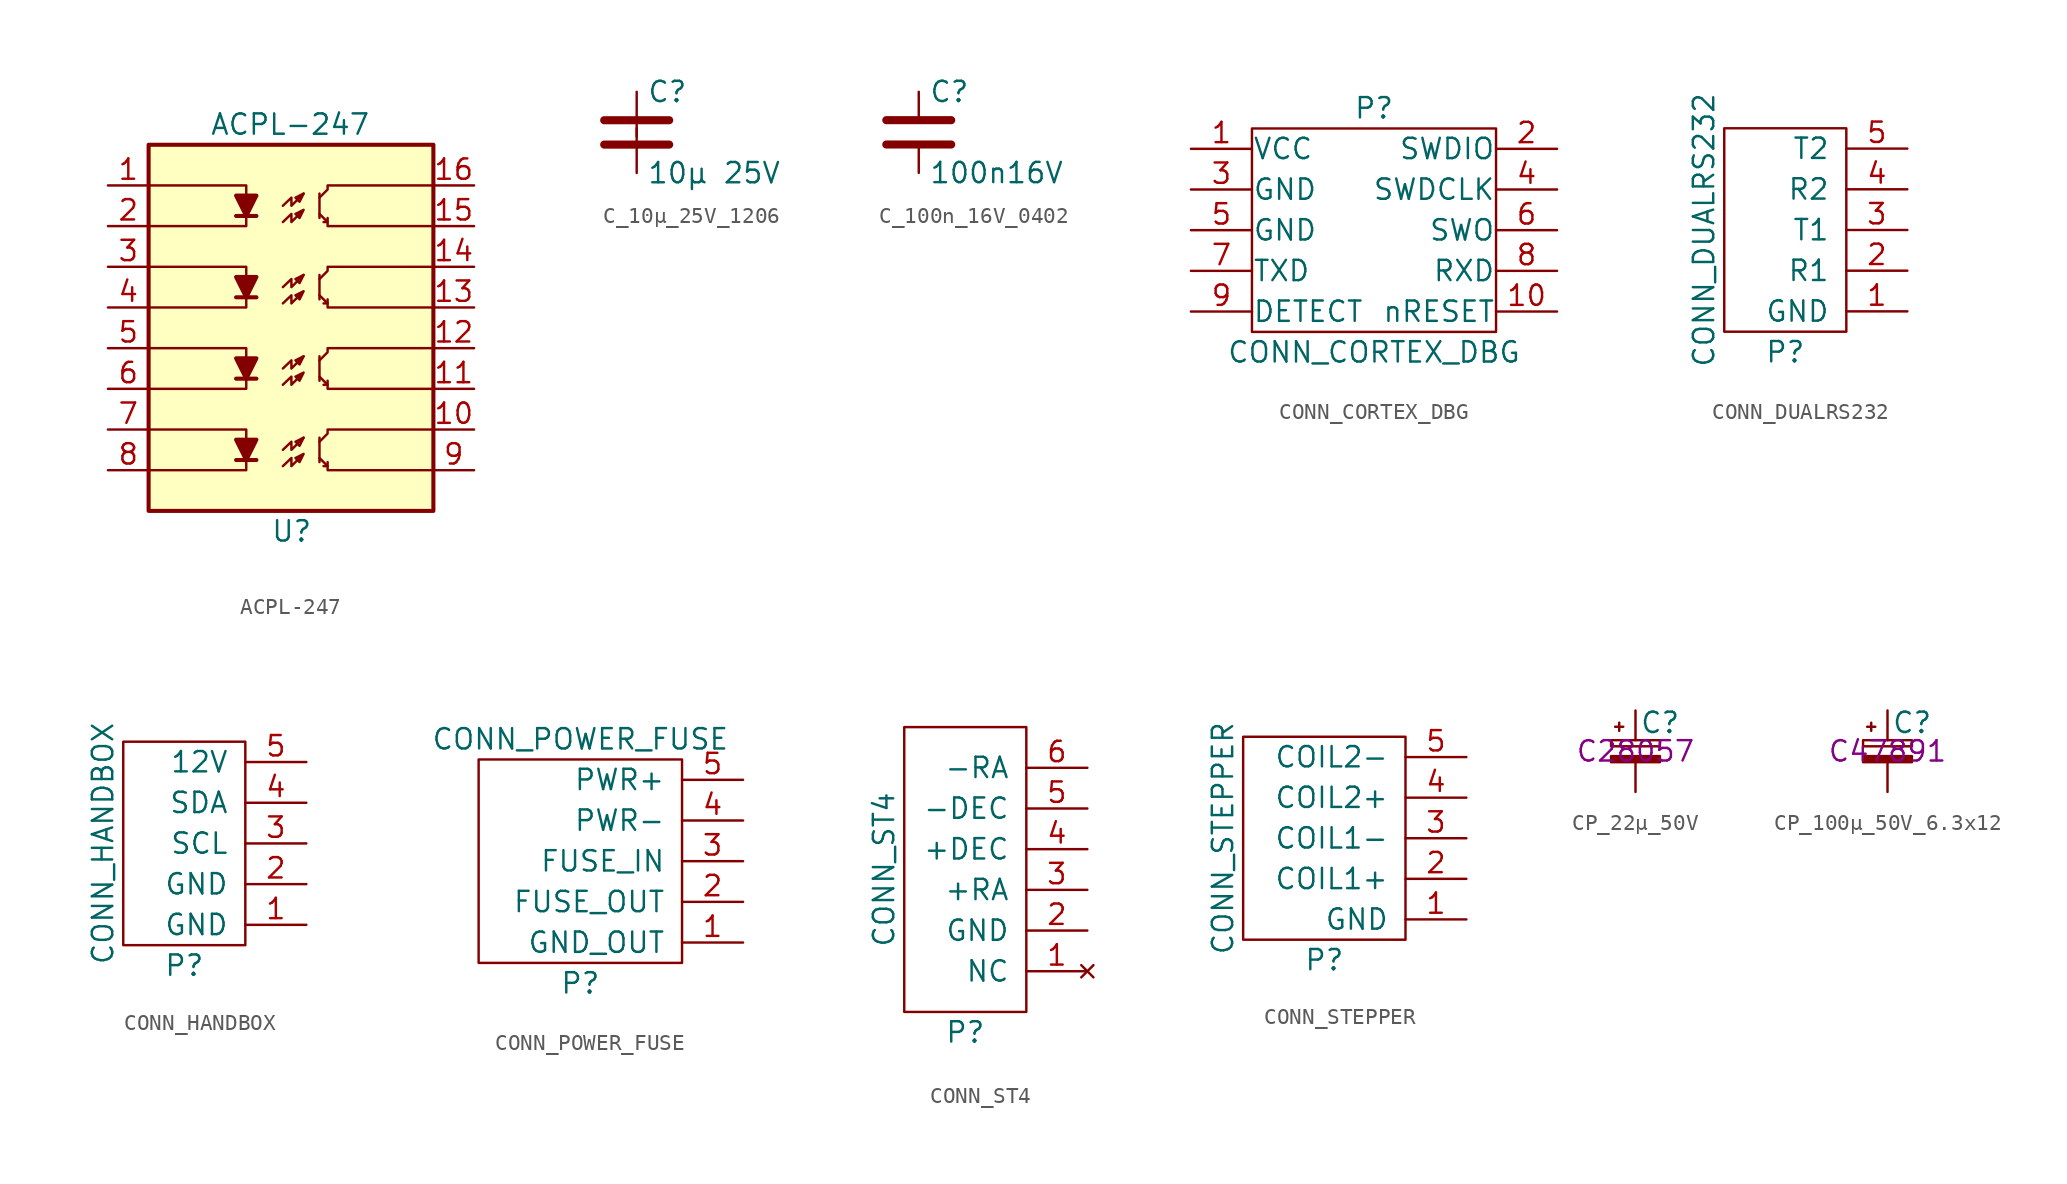
<source format=kicad_sym>
(kicad_symbol_lib
  (version 20231120)
  (generator "kicad_symbol_editor")
  (generator_version "8.0")
  (symbol "ACPL-247"
    (pin_names
      (offset 1.016))
    (property "Reference" "U"
      (at -1.27 -12.7 0)
      (effects (font (size 1.27 1.27)) (justify left)))
    (property "Value" "ACPL-247"
      (at -5.08 12.7 0)
      (effects (font (size 1.27 1.27)) (justify left)))
    (property "Datasheet" ""
      (at 0 -2.794 0)
      (effects (font (size 1.27 1.27)) (justify left)))
    (symbol "ACPL-247_0_1"
      (rectangle (start -8.89 11.43) (end 8.89 -11.43) (stroke (width 0.254) (type solid)) (fill (type background)))
      (polyline (pts (xy -3.429 -8.255) (xy -2.159 -8.255)) (stroke (width 0.254) (type solid)) (fill (type none)))
      (polyline (pts (xy -3.429 -3.175) (xy -2.159 -3.175)) (stroke (width 0.254) (type solid)) (fill (type none)))
      (polyline (pts (xy -3.429 1.905) (xy -2.159 1.905)) (stroke (width 0.254) (type solid)) (fill (type none)))
      (polyline (pts (xy -3.429 6.985) (xy -2.159 6.985)) (stroke (width 0.254) (type solid)) (fill (type none)))
      (polyline (pts (xy 1.778 -6.858) (xy 1.778 -8.382)) (stroke (width 0) (type solid)) (fill (type none)))
      (polyline (pts (xy 1.778 -1.778) (xy 1.778 -3.302)) (stroke (width 0) (type solid)) (fill (type none)))
      (polyline (pts (xy 1.778 3.302) (xy 1.778 1.778)) (stroke (width 0) (type solid)) (fill (type none)))
      (polyline (pts (xy 1.778 6.858) (xy 1.778 8.382)) (stroke (width 0) (type solid)) (fill (type none)))
      (polyline (pts (xy 2.286 -8.382) (xy 2.286 -8.636) (xy 2.032 -8.636)) (stroke (width 0) (type solid)) (fill (type none)))
      (polyline (pts (xy 2.286 -3.302) (xy 2.286 -3.556) (xy 2.032 -3.556)) (stroke (width 0) (type solid)) (fill (type none)))
      (polyline (pts (xy 2.286 1.778) (xy 2.286 1.524) (xy 2.032 1.524)) (stroke (width 0) (type solid)) (fill (type none)))
      (polyline (pts (xy 2.286 6.858) (xy 2.286 6.604) (xy 2.032 6.604)) (stroke (width 0) (type solid)) (fill (type none)))
      (polyline (pts (xy -8.89 -6.35) (xy -2.794 -6.35) (xy -2.794 -8.89) (xy -8.89 -8.89)) (stroke (width 0) (type solid)) (fill (type none)))
      (polyline (pts (xy -8.89 -1.27) (xy -2.794 -1.27) (xy -2.794 -3.81) (xy -8.89 -3.81)) (stroke (width 0) (type solid)) (fill (type none)))
      (polyline (pts (xy -8.89 3.81) (xy -2.794 3.81) (xy -2.794 1.27) (xy -8.89 1.27)) (stroke (width 0) (type solid)) (fill (type none)))
      (polyline (pts (xy -8.89 8.89) (xy -2.794 8.89) (xy -2.794 6.35) (xy -8.89 6.35)) (stroke (width 0) (type solid)) (fill (type none)))
      (polyline (pts (xy -2.794 -8.255) (xy -3.429 -6.985) (xy -2.159 -6.985) (xy -2.794 -8.255)) (stroke (width 0.254) (type solid)) (fill (type outline)))
      (polyline (pts (xy -2.794 -3.175) (xy -3.429 -1.905) (xy -2.159 -1.905) (xy -2.794 -3.175)) (stroke (width 0.254) (type solid)) (fill (type outline)))
      (polyline (pts (xy -2.794 1.905) (xy -3.429 3.175) (xy -2.159 3.175) (xy -2.794 1.905)) (stroke (width 0.254) (type solid)) (fill (type outline)))
      (polyline (pts (xy -2.794 6.985) (xy -3.429 8.255) (xy -2.159 8.255) (xy -2.794 6.985)) (stroke (width 0.254) (type solid)) (fill (type outline)))
      (polyline (pts (xy -0.508 -7.62) (xy 0.025 -7.112) (xy 0.025 -7.62) (xy 0.787 -6.858)) (stroke (width 0) (type solid)) (fill (type none)))
      (polyline (pts (xy -0.508 -2.54) (xy 0.025 -2.032) (xy 0.025 -2.54) (xy 0.787 -1.778)) (stroke (width 0) (type solid)) (fill (type none)))
      (polyline (pts (xy -0.508 2.54) (xy 0.025 3.048) (xy 0.025 2.54) (xy 0.787 3.302)) (stroke (width 0) (type solid)) (fill (type none)))
      (polyline (pts (xy -0.508 7.62) (xy 0.025 8.128) (xy 0.025 7.62) (xy 0.787 8.382)) (stroke (width 0) (type solid)) (fill (type none)))
      (polyline (pts (xy 0.787 -6.858) (xy 0.279 -7.112) (xy 0.533 -7.366) (xy 0.787 -6.858)) (stroke (width 0) (type solid)) (fill (type none)))
      (polyline (pts (xy 0.787 -1.778) (xy 0.279 -2.032) (xy 0.533 -2.286) (xy 0.787 -1.778)) (stroke (width 0) (type solid)) (fill (type none)))
      (polyline (pts (xy 0.787 3.302) (xy 0.279 3.048) (xy 0.533 2.794) (xy 0.787 3.302)) (stroke (width 0) (type solid)) (fill (type none)))
      (polyline (pts (xy 0.787 8.382) (xy 0.279 8.128) (xy 0.533 7.874) (xy 0.787 8.382)) (stroke (width 0) (type solid)) (fill (type none)))
      (polyline (pts (xy 1.778 2.032) (xy 2.286 1.524) (xy 2.286 1.27) (xy 8.89 1.27)) (stroke (width 0) (type solid)) (fill (type none)))
      (polyline (pts (xy 1.778 3.048) (xy 2.286 3.556) (xy 2.286 3.81) (xy 8.89 3.81)) (stroke (width 0) (type solid)) (fill (type none)))
      (polyline (pts (xy 8.89 -8.89) (xy 2.286 -8.89) (xy 2.286 -8.636) (xy 1.778 -8.128)) (stroke (width 0) (type solid)) (fill (type none)))
      (polyline (pts (xy 8.89 -6.35) (xy 2.286 -6.35) (xy 2.286 -6.604) (xy 1.778 -7.112)) (stroke (width 0) (type solid)) (fill (type none)))
      (polyline (pts (xy 8.89 -3.81) (xy 2.286 -3.81) (xy 2.286 -3.556) (xy 1.778 -3.048)) (stroke (width 0) (type solid)) (fill (type none)))
      (polyline (pts (xy 8.89 -1.27) (xy 2.286 -1.27) (xy 2.286 -1.524) (xy 1.778 -2.032)) (stroke (width 0) (type solid)) (fill (type none)))
      (polyline (pts (xy 8.89 6.35) (xy 2.286 6.35) (xy 2.286 6.604) (xy 1.778 7.112)) (stroke (width 0) (type solid)) (fill (type none)))
      (polyline (pts (xy 8.89 8.89) (xy 2.286 8.89) (xy 2.286 8.636) (xy 1.778 8.128)) (stroke (width 0) (type solid)) (fill (type none)))
      (polyline (pts (xy -0.508 -8.636) (xy 0.025 -8.128) (xy 0.025 -8.636) (xy 0.787 -7.874) (xy 0.279 -8.128) (xy 0.533 -8.382) (xy 0.787 -7.874)) (stroke (width 0) (type solid)) (fill (type none)))
      (polyline (pts (xy -0.508 -3.556) (xy 0.025 -3.048) (xy 0.025 -3.556) (xy 0.787 -2.794) (xy 0.279 -3.048) (xy 0.533 -3.302) (xy 0.787 -2.794)) (stroke (width 0) (type solid)) (fill (type none)))
      (polyline (pts (xy -0.508 1.524) (xy 0.025 2.032) (xy 0.025 1.524) (xy 0.787 2.286) (xy 0.279 2.032) (xy 0.533 1.778) (xy 0.787 2.286)) (stroke (width 0) (type solid)) (fill (type none)))
      (polyline (pts (xy -0.508 6.604) (xy 0.025 7.112) (xy 0.025 6.604) (xy 0.787 7.366) (xy 0.279 7.112) (xy 0.533 6.858) (xy 0.787 7.366)) (stroke (width 0) (type solid)) (fill (type none))))
    (symbol "ACPL-247_1_1"
      (pin passive line (at -11.43 8.89 0) (length 2.54) (name "~" (effects (font (size 1.27 1.27)))) (number "1" (effects (font (size 1.27 1.27)))))
      (pin passive line (at 11.43 -6.35 180) (length 2.54) (name "~" (effects (font (size 1.27 1.27)))) (number "10" (effects (font (size 1.27 1.27)))))
      (pin passive line (at 11.43 -3.81 180) (length 2.54) (name "~" (effects (font (size 1.27 1.27)))) (number "11" (effects (font (size 1.27 1.27)))))
      (pin passive line (at 11.43 -1.27 180) (length 2.54) (name "~" (effects (font (size 1.27 1.27)))) (number "12" (effects (font (size 1.27 1.27)))))
      (pin passive line (at 11.43 1.27 180) (length 2.54) (name "~" (effects (font (size 1.27 1.27)))) (number "13" (effects (font (size 1.27 1.27)))))
      (pin passive line (at 11.43 3.81 180) (length 2.54) (name "~" (effects (font (size 1.27 1.27)))) (number "14" (effects (font (size 1.27 1.27)))))
      (pin passive line (at 11.43 6.35 180) (length 2.54) (name "~" (effects (font (size 1.27 1.27)))) (number "15" (effects (font (size 1.27 1.27)))))
      (pin passive line (at 11.43 8.89 180) (length 2.54) (name "~" (effects (font (size 1.27 1.27)))) (number "16" (effects (font (size 1.27 1.27)))))
      (pin passive line (at -11.43 6.35 0) (length 2.54) (name "~" (effects (font (size 1.27 1.27)))) (number "2" (effects (font (size 1.27 1.27)))))
      (pin passive line (at -11.43 3.81 0) (length 2.54) (name "~" (effects (font (size 1.27 1.27)))) (number "3" (effects (font (size 1.27 1.27)))))
      (pin passive line (at -11.43 1.27 0) (length 2.54) (name "~" (effects (font (size 1.27 1.27)))) (number "4" (effects (font (size 1.27 1.27)))))
      (pin passive line (at -11.43 -1.27 0) (length 2.54) (name "~" (effects (font (size 1.27 1.27)))) (number "5" (effects (font (size 1.27 1.27)))))
      (pin passive line (at -11.43 -3.81 0) (length 2.54) (name "~" (effects (font (size 1.27 1.27)))) (number "6" (effects (font (size 1.27 1.27)))))
      (pin passive line (at -11.43 -6.35 0) (length 2.54) (name "~" (effects (font (size 1.27 1.27)))) (number "7" (effects (font (size 1.27 1.27)))))
      (pin passive line (at -11.43 -8.89 0) (length 2.54) (name "~" (effects (font (size 1.27 1.27)))) (number "8" (effects (font (size 1.27 1.27)))))
      (pin passive line (at 11.43 -8.89 180) (length 2.54) (name "~" (effects (font (size 1.27 1.27)))) (number "9" (effects (font (size 1.27 1.27)))))))
  (symbol "C_10µ_25V_1206"
    (pin_numbers hide)
    (pin_names
      (offset 0.254))
    (property "Reference" "C"
      (at 0.635 2.54 0)
      (effects (font (size 1.27 1.27)) (justify left)))
    (property "Value" "10µ 25V"
      (at 0.635 -2.54 0)
      (effects (font (size 1.27 1.27)) (justify left)))
    (symbol "C_10µ_25V_1206_0_1"
      (polyline (pts (xy -2.032 -0.762) (xy 2.032 -0.762)) (stroke (width 0.508) (type default)) (fill (type none)))
      (polyline (pts (xy -2.032 0.762) (xy 2.032 0.762)) (stroke (width 0.508) (type default)) (fill (type none))))
    (symbol "C_10µ_25V_1206_1_1"
      (pin passive line (at 0 2.54 270) (length 2.794) (name "~" (effects (font (size 1.27 1.27)))) (number "1" (effects (font (size 1.27 1.27)))))
      (pin passive line (at 0 -2.54 90) (length 2.794) (name "~" (effects (font (size 1.27 1.27)))) (number "2" (effects (font (size 1.27 1.27)))))))
  (symbol "C_100n_16V_0402"
    (pin_numbers hide)
    (pin_names
      (offset 0.254))
    (property "Reference" "C"
      (at 0.635 2.54 0)
      (effects (font (size 1.27 1.27)) (justify left)))
    (property "Value" "100n16V"
      (at 0.635 -2.54 0)
      (effects (font (size 1.27 1.27)) (justify left)))
    (symbol "C_100n_16V_0402_0_1"
      (polyline (pts (xy -2.032 -0.762) (xy 2.032 -0.762)) (stroke (width 0.508) (type default)) (fill (type none)))
      (polyline (pts (xy -2.032 0.762) (xy 2.032 0.762)) (stroke (width 0.508) (type default)) (fill (type none))))
    (symbol "C_100n_16V_0402_1_1"
      (pin passive line (at 0 2.54 270) (length 1.651) (name "~" (effects (font (size 1.27 1.27)))) (number "1" (effects (font (size 1.27 1.27)))))
      (pin passive line (at 0 -2.54 90) (length 1.651) (name "~" (effects (font (size 1.27 1.27)))) (number "2" (effects (font (size 1.27 1.27)))))))
  (symbol "CONN_CORTEX_DBG"
    (pin_names
      (offset 0.025))
    (property "Reference" "P"
      (at 0 7.62 0)
      (effects (font (size 1.27 1.27))))
    (property "Value" "CONN_CORTEX_DBG"
      (at 0 -7.62 0)
      (effects (font (size 1.27 1.27))))
    (symbol "CONN_CORTEX_DBG_0_1"
      (rectangle (start -7.62 6.35) (end 7.62 -6.35) (stroke (width 0) (type solid)) (fill (type none))))
    (symbol "CONN_CORTEX_DBG_1_1"
      (pin passive line (at -11.43 5.08 0) (length 3.81) (name "VCC" (effects (font (size 1.27 1.27)))) (number "1" (effects (font (size 1.27 1.27)))))
      (pin output line (at 11.43 -5.08 180) (length 3.81) (name "nRESET" (effects (font (size 1.27 1.27)))) (number "10" (effects (font (size 1.27 1.27)))))
      (pin bidirectional line (at 11.43 5.08 180) (length 3.81) (name "SWDIO" (effects (font (size 1.27 1.27)))) (number "2" (effects (font (size 1.27 1.27)))))
      (pin passive line (at -11.43 2.54 0) (length 3.81) (name "GND" (effects (font (size 1.27 1.27)))) (number "3" (effects (font (size 1.27 1.27)))))
      (pin output line (at 11.43 2.54 180) (length 3.81) (name "SWDCLK" (effects (font (size 1.27 1.27)))) (number "4" (effects (font (size 1.27 1.27)))))
      (pin passive line (at -11.43 0 0) (length 3.81) (name "GND" (effects (font (size 1.27 1.27)))) (number "5" (effects (font (size 1.27 1.27)))))
      (pin input line (at 11.43 0 180) (length 3.81) (name "SWO" (effects (font (size 1.27 1.27)))) (number "6" (effects (font (size 1.27 1.27)))))
      (pin input line (at -11.43 -2.54 0) (length 3.81) (name "TXD" (effects (font (size 1.27 1.27)))) (number "7" (effects (font (size 1.27 1.27)))))
      (pin output line (at 11.43 -2.54 180) (length 3.81) (name "RXD" (effects (font (size 1.27 1.27)))) (number "8" (effects (font (size 1.27 1.27)))))
      (pin passive line (at -11.43 -5.08 0) (length 3.81) (name "DETECT" (effects (font (size 1.27 1.27)))) (number "9" (effects (font (size 1.27 1.27)))))))
  (symbol "CONN_DUALRS232"
    (pin_names
      (offset 1.016))
    (property "Reference" "P"
      (at 0 -7.62 0)
      (effects (font (size 1.27 1.27))))
    (property "Value" "CONN_DUALRS232"
      (at -5.08 0 90)
      (effects (font (size 1.27 1.27))))
    (symbol "CONN_DUALRS232_0_1"
      (rectangle (start -3.81 6.35) (end 3.81 -6.35) (stroke (width 0) (type solid)) (fill (type none))))
    (symbol "CONN_DUALRS232_1_1"
      (pin power_in line (at 7.62 -5.08 180) (length 3.81) (name "GND" (effects (font (size 1.27 1.27)))) (number "1" (effects (font (size 1.27 1.27)))))
      (pin output line (at 7.62 -2.54 180) (length 3.81) (name "R1" (effects (font (size 1.27 1.27)))) (number "2" (effects (font (size 1.27 1.27)))))
      (pin input line (at 7.62 0 180) (length 3.81) (name "T1" (effects (font (size 1.27 1.27)))) (number "3" (effects (font (size 1.27 1.27)))))
      (pin output line (at 7.62 2.54 180) (length 3.81) (name "R2" (effects (font (size 1.27 1.27)))) (number "4" (effects (font (size 1.27 1.27)))))
      (pin input line (at 7.62 5.08 180) (length 3.81) (name "T2" (effects (font (size 1.27 1.27)))) (number "5" (effects (font (size 1.27 1.27)))))))
  (symbol "CONN_HANDBOX"
    (pin_names
      (offset 1.016))
    (property "Reference" "P"
      (at 0 -7.62 0)
      (effects (font (size 1.27 1.27))))
    (property "Value" "CONN_HANDBOX"
      (at -5.08 0 90)
      (effects (font (size 1.27 1.27))))
    (symbol "CONN_HANDBOX_0_1"
      (rectangle (start -3.81 6.35) (end 3.81 -6.35) (stroke (width 0) (type solid)) (fill (type none))))
    (symbol "CONN_HANDBOX_1_1"
      (pin power_in line (at 7.62 -5.08 180) (length 3.81) (name "GND" (effects (font (size 1.27 1.27)))) (number "1" (effects (font (size 1.27 1.27)))))
      (pin power_in line (at 7.62 -2.54 180) (length 3.81) (name "GND" (effects (font (size 1.27 1.27)))) (number "2" (effects (font (size 1.27 1.27)))))
      (pin bidirectional line (at 7.62 0 180) (length 3.81) (name "SCL" (effects (font (size 1.27 1.27)))) (number "3" (effects (font (size 1.27 1.27)))))
      (pin bidirectional line (at 7.62 2.54 180) (length 3.81) (name "SDA" (effects (font (size 1.27 1.27)))) (number "4" (effects (font (size 1.27 1.27)))))
      (pin power_in line (at 7.62 5.08 180) (length 3.81) (name "12V" (effects (font (size 1.27 1.27)))) (number "5" (effects (font (size 1.27 1.27)))))))
  (symbol "CONN_POWER_FUSE"
    (pin_names
      (offset 1.016))
    (property "Reference" "P"
      (at 0 -7.62 0)
      (effects (font (size 1.27 1.27))))
    (property "Value" "CONN_POWER_FUSE"
      (at 0 7.62 0)
      (effects (font (size 1.27 1.27))))
    (symbol "CONN_POWER_FUSE_0_1"
      (rectangle (start -6.35 6.35) (end 6.35 -6.35) (stroke (width 0) (type solid)) (fill (type none))))
    (symbol "CONN_POWER_FUSE_1_1"
      (pin power_in line (at 10.16 -5.08 180) (length 3.81) (name "GND_OUT" (effects (font (size 1.27 1.27)))) (number "1" (effects (font (size 1.27 1.27)))))
      (pin power_out line (at 10.16 -2.54 180) (length 3.81) (name "FUSE_OUT" (effects (font (size 1.27 1.27)))) (number "2" (effects (font (size 1.27 1.27)))))
      (pin power_in line (at 10.16 0 180) (length 3.81) (name "FUSE_IN" (effects (font (size 1.27 1.27)))) (number "3" (effects (font (size 1.27 1.27)))))
      (pin power_in line (at 10.16 2.54 180) (length 3.81) (name "PWR-" (effects (font (size 1.27 1.27)))) (number "4" (effects (font (size 1.27 1.27)))))
      (pin power_out line (at 10.16 5.08 180) (length 3.81) (name "PWR+" (effects (font (size 1.27 1.27)))) (number "5" (effects (font (size 1.27 1.27)))))))
  (symbol "CONN_ST4"
    (pin_names
      (offset 1.016))
    (property "Reference" "P"
      (at 0 -10.16 0)
      (effects (font (size 1.27 1.27))))
    (property "Value" "CONN_ST4"
      (at -5.08 0 90)
      (effects (font (size 1.27 1.27))))
    (symbol "CONN_ST4_0_1"
      (rectangle (start -3.81 8.89) (end 3.81 -8.89) (stroke (width 0) (type solid)) (fill (type none))))
    (symbol "CONN_ST4_1_1"
      (pin no_connect line (at 7.62 -6.35 180) (length 3.81) (name "NC" (effects (font (size 1.27 1.27)))) (number "1" (effects (font (size 1.27 1.27)))))
      (pin power_in line (at 7.62 -3.81 180) (length 3.81) (name "GND" (effects (font (size 1.27 1.27)))) (number "2" (effects (font (size 1.27 1.27)))))
      (pin output line (at 7.62 -1.27 180) (length 3.81) (name "+RA" (effects (font (size 1.27 1.27)))) (number "3" (effects (font (size 1.27 1.27)))))
      (pin output line (at 7.62 1.27 180) (length 3.81) (name "+DEC" (effects (font (size 1.27 1.27)))) (number "4" (effects (font (size 1.27 1.27)))))
      (pin output line (at 7.62 3.81 180) (length 3.81) (name "-DEC" (effects (font (size 1.27 1.27)))) (number "5" (effects (font (size 1.27 1.27)))))
      (pin output line (at 7.62 6.35 180) (length 3.81) (name "-RA" (effects (font (size 1.27 1.27)))) (number "6" (effects (font (size 1.27 1.27)))))))
  (symbol "CONN_STEPPER"
    (pin_names
      (offset 1.016))
    (property "Reference" "P"
      (at 0 -7.62 0)
      (effects (font (size 1.27 1.27))))
    (property "Value" "CONN_STEPPER"
      (at -6.35 0 90)
      (effects (font (size 1.27 1.27))))
    (symbol "CONN_STEPPER_0_1"
      (rectangle (start -5.08 6.35) (end 5.08 -6.35) (stroke (width 0) (type solid)) (fill (type none))))
    (symbol "CONN_STEPPER_1_1"
      (pin power_in line (at 8.89 -5.08 180) (length 3.81) (name "GND" (effects (font (size 1.27 1.27)))) (number "1" (effects (font (size 1.27 1.27)))))
      (pin input line (at 8.89 -2.54 180) (length 3.81) (name "COIL1+" (effects (font (size 1.27 1.27)))) (number "2" (effects (font (size 1.27 1.27)))))
      (pin input line (at 8.89 0 180) (length 3.81) (name "COIL1-" (effects (font (size 1.27 1.27)))) (number "3" (effects (font (size 1.27 1.27)))))
      (pin input line (at 8.89 2.54 180) (length 3.81) (name "COIL2+" (effects (font (size 1.27 1.27)))) (number "4" (effects (font (size 1.27 1.27)))))
      (pin input line (at 8.89 5.08 180) (length 3.81) (name "COIL2-" (effects (font (size 1.27 1.27)))) (number "5" (effects (font (size 1.27 1.27)))))))
  (symbol "CP_22µ_50V"
    (pin_numbers hide)
    (pin_names
      (offset 0.254) hide)
    (property "Reference" "C"
      (at 0.254 1.778 0)
      (effects (font (size 1.27 1.27)) (justify left)))
    (property "LCSC" "C28057"
      (at 0 0 0)
      (effects (font (size 1.27 1.27))))
    (symbol "CP_22µ_50V_0_1"
      (rectangle (start -1.524 -0.305) (end 1.524 -0.686) (stroke (width 0) (type default)) (fill (type outline)))
      (rectangle (start -1.524 0.686) (end 1.524 0.305) (stroke (width 0) (type default)) (fill (type none)))
      (polyline (pts (xy -1.27 1.524) (xy -0.762 1.524)) (stroke (width 0) (type default)) (fill (type none)))
      (polyline (pts (xy -1.016 1.27) (xy -1.016 1.778)) (stroke (width 0) (type default)) (fill (type none))))
    (symbol "CP_22µ_50V_1_1"
      (pin passive line (at 0 2.54 270) (length 1.854) (name "~" (effects (font (size 1.27 1.27)))) (number "1" (effects (font (size 1.27 1.27)))))
      (pin passive line (at 0 -2.54 90) (length 1.854) (name "~" (effects (font (size 1.27 1.27)))) (number "2" (effects (font (size 1.27 1.27)))))))
  (symbol "CP_100µ_50V_6.3x12"
    (pin_numbers hide)
    (pin_names
      (offset 0.254) hide)
    (property "Reference" "C"
      (at 0.254 1.778 0)
      (effects (font (size 1.27 1.27)) (justify left)))
    (property "LCSC" "C47891"
      (at 0 0 0)
      (effects (font (size 1.27 1.27))))
    (symbol "CP_100µ_50V_6.3x12_0_1"
      (rectangle (start -1.524 -0.305) (end 1.524 -0.686) (stroke (width 0) (type default)) (fill (type outline)))
      (rectangle (start -1.524 0.686) (end 1.524 0.305) (stroke (width 0) (type default)) (fill (type none)))
      (polyline (pts (xy -1.27 1.524) (xy -0.762 1.524)) (stroke (width 0) (type default)) (fill (type none)))
      (polyline (pts (xy -1.016 1.27) (xy -1.016 1.778)) (stroke (width 0) (type default)) (fill (type none))))
    (symbol "CP_100µ_50V_6.3x12_1_1"
      (pin passive line (at 0 2.54 270) (length 1.854) (name "~" (effects (font (size 1.27 1.27)))) (number "1" (effects (font (size 1.27 1.27)))))
      (pin passive line (at 0 -2.54 90) (length 1.854) (name "~" (effects (font (size 1.27 1.27)))) (number "2" (effects (font (size 1.27 1.27))))))))
</source>
